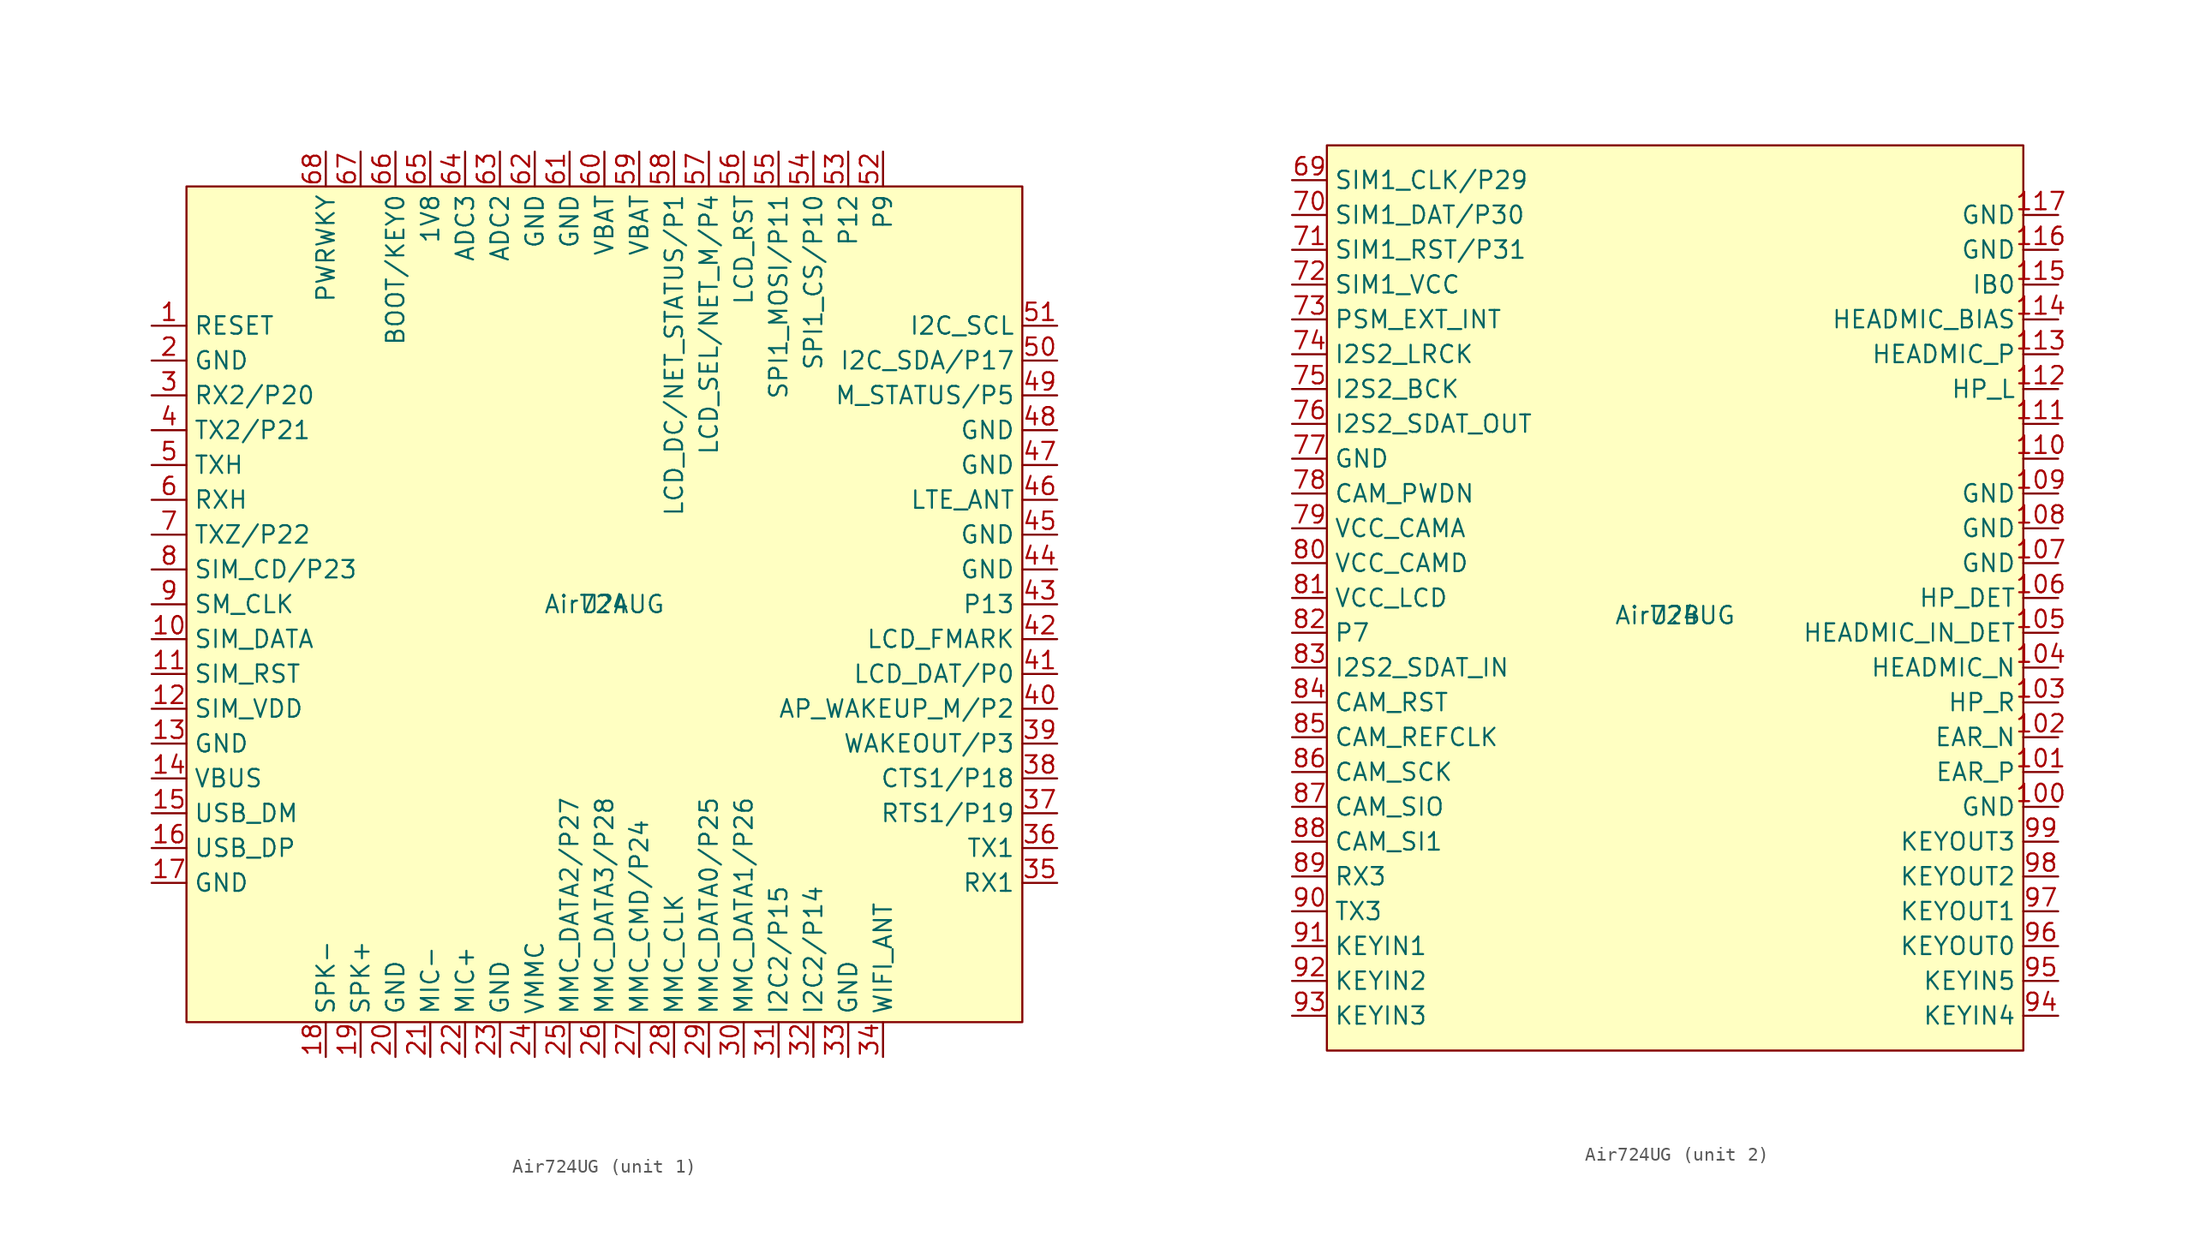
<source format=kicad_sym>
(kicad_symbol_lib
  (version 20211014)
  (generator kicad_symbol_editor)
  (symbol "Air724UG"
    (property "Reference" "U"
      (at 0 0 0)
      (effects (font (size 1.27 1.27))))
    (property "Value" "Air724UG"
      (at 0 0 0)
      (effects (font (size 1.27 1.27))))
    (property "ki_locked" ""
      (at 0 0 0)
      (effects (font (size 1.27 1.27))))
    (symbol "Air724UG_1_1"
      (rectangle (start -30.48 30.48) (end 30.48 -30.48) (stroke (width 0) (type default) (color 0 0 0 0)) (fill (type background)))
      (pin input line (at -33.02 20.32 0) (length 2.54) (name "RESET" (effects (font (size 1.27 1.27)))) (number "1" (effects (font (size 1.27 1.27)))))
      (pin input line (at -33.02 -2.54 0) (length 2.54) (name "SIM_DATA" (effects (font (size 1.27 1.27)))) (number "10" (effects (font (size 1.27 1.27)))))
      (pin output line (at -33.02 -5.08 0) (length 2.54) (name "SIM_RST" (effects (font (size 1.27 1.27)))) (number "11" (effects (font (size 1.27 1.27)))))
      (pin power_out line (at -33.02 -7.62 0) (length 2.54) (name "SIM_VDD" (effects (font (size 1.27 1.27)))) (number "12" (effects (font (size 1.27 1.27)))))
      (pin power_in line (at -33.02 -10.16 0) (length 2.54) (name "GND" (effects (font (size 1.27 1.27)))) (number "13" (effects (font (size 1.27 1.27)))))
      (pin power_in line (at -33.02 -12.7 0) (length 2.54) (name "VBUS" (effects (font (size 1.27 1.27)))) (number "14" (effects (font (size 1.27 1.27)))))
      (pin bidirectional line (at -33.02 -15.24 0) (length 2.54) (name "USB_DM" (effects (font (size 1.27 1.27)))) (number "15" (effects (font (size 1.27 1.27)))))
      (pin bidirectional line (at -33.02 -17.78 0) (length 2.54) (name "USB_DP" (effects (font (size 1.27 1.27)))) (number "16" (effects (font (size 1.27 1.27)))))
      (pin input line (at -33.02 -20.32 0) (length 2.54) (name "GND" (effects (font (size 1.27 1.27)))) (number "17" (effects (font (size 1.27 1.27)))))
      (pin output line (at -20.32 -33.02 90) (length 2.54) (name "SPK-" (effects (font (size 1.27 1.27)))) (number "18" (effects (font (size 1.27 1.27)))))
      (pin output line (at -17.78 -33.02 90) (length 2.54) (name "SPK+" (effects (font (size 1.27 1.27)))) (number "19" (effects (font (size 1.27 1.27)))))
      (pin power_in line (at -33.02 17.78 0) (length 2.54) (name "GND" (effects (font (size 1.27 1.27)))) (number "2" (effects (font (size 1.27 1.27)))))
      (pin power_in line (at -15.24 -33.02 90) (length 2.54) (name "GND" (effects (font (size 1.27 1.27)))) (number "20" (effects (font (size 1.27 1.27)))))
      (pin bidirectional line (at -12.7 -33.02 90) (length 2.54) (name "MIC-" (effects (font (size 1.27 1.27)))) (number "21" (effects (font (size 1.27 1.27)))))
      (pin bidirectional line (at -10.16 -33.02 90) (length 2.54) (name "MIC+" (effects (font (size 1.27 1.27)))) (number "22" (effects (font (size 1.27 1.27)))))
      (pin power_in line (at -7.62 -33.02 90) (length 2.54) (name "GND" (effects (font (size 1.27 1.27)))) (number "23" (effects (font (size 1.27 1.27)))))
      (pin power_out line (at -5.08 -33.02 90) (length 2.54) (name "VMMC" (effects (font (size 1.27 1.27)))) (number "24" (effects (font (size 1.27 1.27)))))
      (pin bidirectional line (at -2.54 -33.02 90) (length 2.54) (name "MMC_DATA2/P27" (effects (font (size 1.27 1.27)))) (number "25" (effects (font (size 1.27 1.27)))))
      (pin bidirectional line (at 0 -33.02 90) (length 2.54) (name "MMC_DATA3/P28" (effects (font (size 1.27 1.27)))) (number "26" (effects (font (size 1.27 1.27)))))
      (pin bidirectional line (at 2.54 -33.02 90) (length 2.54) (name "MMC_CMD/P24" (effects (font (size 1.27 1.27)))) (number "27" (effects (font (size 1.27 1.27)))))
      (pin bidirectional line (at 5.08 -33.02 90) (length 2.54) (name "MMC_CLK" (effects (font (size 1.27 1.27)))) (number "28" (effects (font (size 1.27 1.27)))))
      (pin bidirectional line (at 7.62 -33.02 90) (length 2.54) (name "MMC_DATA0/P25" (effects (font (size 1.27 1.27)))) (number "29" (effects (font (size 1.27 1.27)))))
      (pin bidirectional line (at -33.02 15.24 0) (length 2.54) (name "RX2/P20" (effects (font (size 1.27 1.27)))) (number "3" (effects (font (size 1.27 1.27)))))
      (pin bidirectional line (at 10.16 -33.02 90) (length 2.54) (name "MMC_DATA1/P26" (effects (font (size 1.27 1.27)))) (number "30" (effects (font (size 1.27 1.27)))))
      (pin bidirectional line (at 12.7 -33.02 90) (length 2.54) (name "I2C2/P15" (effects (font (size 1.27 1.27)))) (number "31" (effects (font (size 1.27 1.27)))))
      (pin bidirectional line (at 15.24 -33.02 90) (length 2.54) (name "I2C2/P14" (effects (font (size 1.27 1.27)))) (number "32" (effects (font (size 1.27 1.27)))))
      (pin power_in line (at 17.78 -33.02 90) (length 2.54) (name "GND" (effects (font (size 1.27 1.27)))) (number "33" (effects (font (size 1.27 1.27)))))
      (pin passive line (at 20.32 -33.02 90) (length 2.54) (name "WIFI_ANT" (effects (font (size 1.27 1.27)))) (number "34" (effects (font (size 1.27 1.27)))))
      (pin bidirectional line (at 33.02 -20.32 180) (length 2.54) (name "RX1" (effects (font (size 1.27 1.27)))) (number "35" (effects (font (size 1.27 1.27)))))
      (pin bidirectional line (at 33.02 -17.78 180) (length 2.54) (name "TX1" (effects (font (size 1.27 1.27)))) (number "36" (effects (font (size 1.27 1.27)))))
      (pin bidirectional line (at 33.02 -15.24 180) (length 2.54) (name "RTS1/P19" (effects (font (size 1.27 1.27)))) (number "37" (effects (font (size 1.27 1.27)))))
      (pin bidirectional line (at 33.02 -12.7 180) (length 2.54) (name "CTS1/P18" (effects (font (size 1.27 1.27)))) (number "38" (effects (font (size 1.27 1.27)))))
      (pin bidirectional line (at 33.02 -10.16 180) (length 2.54) (name "WAKEOUT/P3" (effects (font (size 1.27 1.27)))) (number "39" (effects (font (size 1.27 1.27)))))
      (pin bidirectional line (at -33.02 12.7 0) (length 2.54) (name "TX2/P21" (effects (font (size 1.27 1.27)))) (number "4" (effects (font (size 1.27 1.27)))))
      (pin bidirectional line (at 33.02 -7.62 180) (length 2.54) (name "AP_WAKEUP_M/P2" (effects (font (size 1.27 1.27)))) (number "40" (effects (font (size 1.27 1.27)))))
      (pin bidirectional line (at 33.02 -5.08 180) (length 2.54) (name "LCD_DAT/P0" (effects (font (size 1.27 1.27)))) (number "41" (effects (font (size 1.27 1.27)))))
      (pin bidirectional line (at 33.02 -2.54 180) (length 2.54) (name "LCD_FMARK" (effects (font (size 1.27 1.27)))) (number "42" (effects (font (size 1.27 1.27)))))
      (pin bidirectional line (at 33.02 0 180) (length 2.54) (name "P13" (effects (font (size 1.27 1.27)))) (number "43" (effects (font (size 1.27 1.27)))))
      (pin power_in line (at 33.02 2.54 180) (length 2.54) (name "GND" (effects (font (size 1.27 1.27)))) (number "44" (effects (font (size 1.27 1.27)))))
      (pin power_in line (at 33.02 5.08 180) (length 2.54) (name "GND" (effects (font (size 1.27 1.27)))) (number "45" (effects (font (size 1.27 1.27)))))
      (pin passive line (at 33.02 7.62 180) (length 2.54) (name "LTE_ANT" (effects (font (size 1.27 1.27)))) (number "46" (effects (font (size 1.27 1.27)))))
      (pin power_in line (at 33.02 10.16 180) (length 2.54) (name "GND" (effects (font (size 1.27 1.27)))) (number "47" (effects (font (size 1.27 1.27)))))
      (pin power_in line (at 33.02 12.7 180) (length 2.54) (name "GND" (effects (font (size 1.27 1.27)))) (number "48" (effects (font (size 1.27 1.27)))))
      (pin output line (at 33.02 15.24 180) (length 2.54) (name "M_STATUS/P5" (effects (font (size 1.27 1.27)))) (number "49" (effects (font (size 1.27 1.27)))))
      (pin bidirectional line (at -33.02 10.16 0) (length 2.54) (name "TXH" (effects (font (size 1.27 1.27)))) (number "5" (effects (font (size 1.27 1.27)))))
      (pin bidirectional line (at 33.02 17.78 180) (length 2.54) (name "I2C_SDA/P17" (effects (font (size 1.27 1.27)))) (number "50" (effects (font (size 1.27 1.27)))))
      (pin bidirectional line (at 33.02 20.32 180) (length 2.54) (name "I2C_SCL" (effects (font (size 1.27 1.27)))) (number "51" (effects (font (size 1.27 1.27)))))
      (pin bidirectional line (at 20.32 33.02 270) (length 2.54) (name "P9" (effects (font (size 1.27 1.27)))) (number "52" (effects (font (size 1.27 1.27)))))
      (pin bidirectional line (at 17.78 33.02 270) (length 2.54) (name "P12" (effects (font (size 1.27 1.27)))) (number "53" (effects (font (size 1.27 1.27)))))
      (pin bidirectional line (at 15.24 33.02 270) (length 2.54) (name "SPI1_CS/P10" (effects (font (size 1.27 1.27)))) (number "54" (effects (font (size 1.27 1.27)))))
      (pin bidirectional line (at 12.7 33.02 270) (length 2.54) (name "SPI1_MOSI/P11" (effects (font (size 1.27 1.27)))) (number "55" (effects (font (size 1.27 1.27)))))
      (pin bidirectional line (at 10.16 33.02 270) (length 2.54) (name "LCD_RST" (effects (font (size 1.27 1.27)))) (number "56" (effects (font (size 1.27 1.27)))))
      (pin bidirectional line (at 7.62 33.02 270) (length 2.54) (name "LCD_SEL/NET_M/P4" (effects (font (size 1.27 1.27)))) (number "57" (effects (font (size 1.27 1.27)))))
      (pin output line (at 5.08 33.02 270) (length 2.54) (name "LCD_DC/NET_STATUS/P1" (effects (font (size 1.27 1.27)))) (number "58" (effects (font (size 1.27 1.27)))))
      (pin power_in line (at 2.54 33.02 270) (length 2.54) (name "VBAT" (effects (font (size 1.27 1.27)))) (number "59" (effects (font (size 1.27 1.27)))))
      (pin bidirectional line (at -33.02 7.62 0) (length 2.54) (name "RXH" (effects (font (size 1.27 1.27)))) (number "6" (effects (font (size 1.27 1.27)))))
      (pin power_in line (at 0 33.02 270) (length 2.54) (name "VBAT" (effects (font (size 1.27 1.27)))) (number "60" (effects (font (size 1.27 1.27)))))
      (pin input line (at -2.54 33.02 270) (length 2.54) (name "GND" (effects (font (size 1.27 1.27)))) (number "61" (effects (font (size 1.27 1.27)))))
      (pin input line (at -5.08 33.02 270) (length 2.54) (name "GND" (effects (font (size 1.27 1.27)))) (number "62" (effects (font (size 1.27 1.27)))))
      (pin input line (at -7.62 33.02 270) (length 2.54) (name "ADC2" (effects (font (size 1.27 1.27)))) (number "63" (effects (font (size 1.27 1.27)))))
      (pin input line (at -10.16 33.02 270) (length 2.54) (name "ADC3" (effects (font (size 1.27 1.27)))) (number "64" (effects (font (size 1.27 1.27)))))
      (pin power_out line (at -12.7 33.02 270) (length 2.54) (name "1V8" (effects (font (size 1.27 1.27)))) (number "65" (effects (font (size 1.27 1.27)))))
      (pin input line (at -15.24 33.02 270) (length 2.54) (name "BOOT/KEY0" (effects (font (size 1.27 1.27)))) (number "66" (effects (font (size 1.27 1.27)))))
      (pin input line (at -17.78 33.02 270) (length 2.54) (name "~" (effects (font (size 1.27 1.27)))) (number "67" (effects (font (size 1.27 1.27)))))
      (pin input line (at -20.32 33.02 270) (length 2.54) (name "PWRWKY" (effects (font (size 1.27 1.27)))) (number "68" (effects (font (size 1.27 1.27)))))
      (pin bidirectional line (at -33.02 5.08 0) (length 2.54) (name "TXZ/P22" (effects (font (size 1.27 1.27)))) (number "7" (effects (font (size 1.27 1.27)))))
      (pin input line (at -33.02 2.54 0) (length 2.54) (name "SIM_CD/P23" (effects (font (size 1.27 1.27)))) (number "8" (effects (font (size 1.27 1.27)))))
      (pin output line (at -33.02 0 0) (length 2.54) (name "SM_CLK" (effects (font (size 1.27 1.27)))) (number "9" (effects (font (size 1.27 1.27))))))
    (symbol "Air724UG_2_1"
      (rectangle (start -25.4 34.29) (end 25.4 -31.75) (stroke (width 0) (type default) (color 0 0 0 0)) (fill (type background)))
      (pin power_in line (at 27.94 -13.97 180) (length 2.54) (name "GND" (effects (font (size 1.27 1.27)))) (number "100" (effects (font (size 1.27 1.27)))))
      (pin bidirectional line (at 27.94 -11.43 180) (length 2.54) (name "EAR_P" (effects (font (size 1.27 1.27)))) (number "101" (effects (font (size 1.27 1.27)))))
      (pin bidirectional line (at 27.94 -8.89 180) (length 2.54) (name "EAR_N" (effects (font (size 1.27 1.27)))) (number "102" (effects (font (size 1.27 1.27)))))
      (pin bidirectional line (at 27.94 -6.35 180) (length 2.54) (name "HP_R" (effects (font (size 1.27 1.27)))) (number "103" (effects (font (size 1.27 1.27)))))
      (pin bidirectional line (at 27.94 -3.81 180) (length 2.54) (name "HEADMIC_N" (effects (font (size 1.27 1.27)))) (number "104" (effects (font (size 1.27 1.27)))))
      (pin bidirectional line (at 27.94 -1.27 180) (length 2.54) (name "HEADMIC_IN_DET" (effects (font (size 1.27 1.27)))) (number "105" (effects (font (size 1.27 1.27)))))
      (pin bidirectional line (at 27.94 1.27 180) (length 2.54) (name "HP_DET" (effects (font (size 1.27 1.27)))) (number "106" (effects (font (size 1.27 1.27)))))
      (pin power_in line (at 27.94 3.81 180) (length 2.54) (name "GND" (effects (font (size 1.27 1.27)))) (number "107" (effects (font (size 1.27 1.27)))))
      (pin power_in line (at 27.94 6.35 180) (length 2.54) (name "GND" (effects (font (size 1.27 1.27)))) (number "108" (effects (font (size 1.27 1.27)))))
      (pin power_in line (at 27.94 8.89 180) (length 2.54) (name "GND" (effects (font (size 1.27 1.27)))) (number "109" (effects (font (size 1.27 1.27)))))
      (pin bidirectional line (at 27.94 11.43 180) (length 2.54) (name "~" (effects (font (size 1.27 1.27)))) (number "110" (effects (font (size 1.27 1.27)))))
      (pin bidirectional line (at 27.94 13.97 180) (length 2.54) (name "~" (effects (font (size 1.27 1.27)))) (number "111" (effects (font (size 1.27 1.27)))))
      (pin bidirectional line (at 27.94 16.51 180) (length 2.54) (name "HP_L" (effects (font (size 1.27 1.27)))) (number "112" (effects (font (size 1.27 1.27)))))
      (pin bidirectional line (at 27.94 19.05 180) (length 2.54) (name "HEADMIC_P" (effects (font (size 1.27 1.27)))) (number "113" (effects (font (size 1.27 1.27)))))
      (pin bidirectional line (at 27.94 21.59 180) (length 2.54) (name "HEADMIC_BIAS" (effects (font (size 1.27 1.27)))) (number "114" (effects (font (size 1.27 1.27)))))
      (pin open_collector line (at 27.94 24.13 180) (length 2.54) (name "IB0" (effects (font (size 1.27 1.27)))) (number "115" (effects (font (size 1.27 1.27)))))
      (pin power_in line (at 27.94 26.67 180) (length 2.54) (name "GND" (effects (font (size 1.27 1.27)))) (number "116" (effects (font (size 1.27 1.27)))))
      (pin power_in line (at 27.94 29.21 180) (length 2.54) (name "GND" (effects (font (size 1.27 1.27)))) (number "117" (effects (font (size 1.27 1.27)))))
      (pin bidirectional line (at -27.94 31.75 0) (length 2.54) (name "SIM1_CLK/P29" (effects (font (size 1.27 1.27)))) (number "69" (effects (font (size 1.27 1.27)))))
      (pin bidirectional line (at -27.94 29.21 0) (length 2.54) (name "SIM1_DAT/P30" (effects (font (size 1.27 1.27)))) (number "70" (effects (font (size 1.27 1.27)))))
      (pin bidirectional line (at -27.94 26.67 0) (length 2.54) (name "SIM1_RST/P31" (effects (font (size 1.27 1.27)))) (number "71" (effects (font (size 1.27 1.27)))))
      (pin power_out line (at -27.94 24.13 0) (length 2.54) (name "SIM1_VCC" (effects (font (size 1.27 1.27)))) (number "72" (effects (font (size 1.27 1.27)))))
      (pin bidirectional line (at -27.94 21.59 0) (length 2.54) (name "PSM_EXT_INT" (effects (font (size 1.27 1.27)))) (number "73" (effects (font (size 1.27 1.27)))))
      (pin bidirectional line (at -27.94 19.05 0) (length 2.54) (name "I2S2_LRCK" (effects (font (size 1.27 1.27)))) (number "74" (effects (font (size 1.27 1.27)))))
      (pin bidirectional line (at -27.94 16.51 0) (length 2.54) (name "I2S2_BCK" (effects (font (size 1.27 1.27)))) (number "75" (effects (font (size 1.27 1.27)))))
      (pin bidirectional line (at -27.94 13.97 0) (length 2.54) (name "I2S2_SDAT_OUT" (effects (font (size 1.27 1.27)))) (number "76" (effects (font (size 1.27 1.27)))))
      (pin power_in line (at -27.94 11.43 0) (length 2.54) (name "GND" (effects (font (size 1.27 1.27)))) (number "77" (effects (font (size 1.27 1.27)))))
      (pin input line (at -27.94 8.89 0) (length 2.54) (name "CAM_PWDN" (effects (font (size 1.27 1.27)))) (number "78" (effects (font (size 1.27 1.27)))))
      (pin power_out line (at -27.94 6.35 0) (length 2.54) (name "VCC_CAMA" (effects (font (size 1.27 1.27)))) (number "79" (effects (font (size 1.27 1.27)))))
      (pin power_out line (at -27.94 3.81 0) (length 2.54) (name "VCC_CAMD" (effects (font (size 1.27 1.27)))) (number "80" (effects (font (size 1.27 1.27)))))
      (pin power_out line (at -27.94 1.27 0) (length 2.54) (name "VCC_LCD" (effects (font (size 1.27 1.27)))) (number "81" (effects (font (size 1.27 1.27)))))
      (pin bidirectional line (at -27.94 -1.27 0) (length 2.54) (name "P7" (effects (font (size 1.27 1.27)))) (number "82" (effects (font (size 1.27 1.27)))))
      (pin bidirectional line (at -27.94 -3.81 0) (length 2.54) (name "I2S2_SDAT_IN" (effects (font (size 1.27 1.27)))) (number "83" (effects (font (size 1.27 1.27)))))
      (pin bidirectional line (at -27.94 -6.35 0) (length 2.54) (name "CAM_RST" (effects (font (size 1.27 1.27)))) (number "84" (effects (font (size 1.27 1.27)))))
      (pin bidirectional line (at -27.94 -8.89 0) (length 2.54) (name "CAM_REFCLK" (effects (font (size 1.27 1.27)))) (number "85" (effects (font (size 1.27 1.27)))))
      (pin bidirectional line (at -27.94 -11.43 0) (length 2.54) (name "CAM_SCK" (effects (font (size 1.27 1.27)))) (number "86" (effects (font (size 1.27 1.27)))))
      (pin bidirectional line (at -27.94 -13.97 0) (length 2.54) (name "CAM_SIO" (effects (font (size 1.27 1.27)))) (number "87" (effects (font (size 1.27 1.27)))))
      (pin bidirectional line (at -27.94 -16.51 0) (length 2.54) (name "CAM_SI1" (effects (font (size 1.27 1.27)))) (number "88" (effects (font (size 1.27 1.27)))))
      (pin bidirectional line (at -27.94 -19.05 0) (length 2.54) (name "RX3" (effects (font (size 1.27 1.27)))) (number "89" (effects (font (size 1.27 1.27)))))
      (pin bidirectional line (at -27.94 -21.59 0) (length 2.54) (name "TX3" (effects (font (size 1.27 1.27)))) (number "90" (effects (font (size 1.27 1.27)))))
      (pin bidirectional line (at -27.94 -24.13 0) (length 2.54) (name "KEYIN1" (effects (font (size 1.27 1.27)))) (number "91" (effects (font (size 1.27 1.27)))))
      (pin bidirectional line (at -27.94 -26.67 0) (length 2.54) (name "KEYIN2" (effects (font (size 1.27 1.27)))) (number "92" (effects (font (size 1.27 1.27)))))
      (pin bidirectional line (at -27.94 -29.21 0) (length 2.54) (name "KEYIN3" (effects (font (size 1.27 1.27)))) (number "93" (effects (font (size 1.27 1.27)))))
      (pin bidirectional line (at 27.94 -29.21 180) (length 2.54) (name "KEYIN4" (effects (font (size 1.27 1.27)))) (number "94" (effects (font (size 1.27 1.27)))))
      (pin bidirectional line (at 27.94 -26.67 180) (length 2.54) (name "KEYIN5" (effects (font (size 1.27 1.27)))) (number "95" (effects (font (size 1.27 1.27)))))
      (pin bidirectional line (at 27.94 -24.13 180) (length 2.54) (name "KEYOUT0" (effects (font (size 1.27 1.27)))) (number "96" (effects (font (size 1.27 1.27)))))
      (pin bidirectional line (at 27.94 -21.59 180) (length 2.54) (name "KEYOUT1" (effects (font (size 1.27 1.27)))) (number "97" (effects (font (size 1.27 1.27)))))
      (pin bidirectional line (at 27.94 -19.05 180) (length 2.54) (name "KEYOUT2" (effects (font (size 1.27 1.27)))) (number "98" (effects (font (size 1.27 1.27)))))
      (pin bidirectional line (at 27.94 -16.51 180) (length 2.54) (name "KEYOUT3" (effects (font (size 1.27 1.27)))) (number "99" (effects (font (size 1.27 1.27))))))))
</source>
